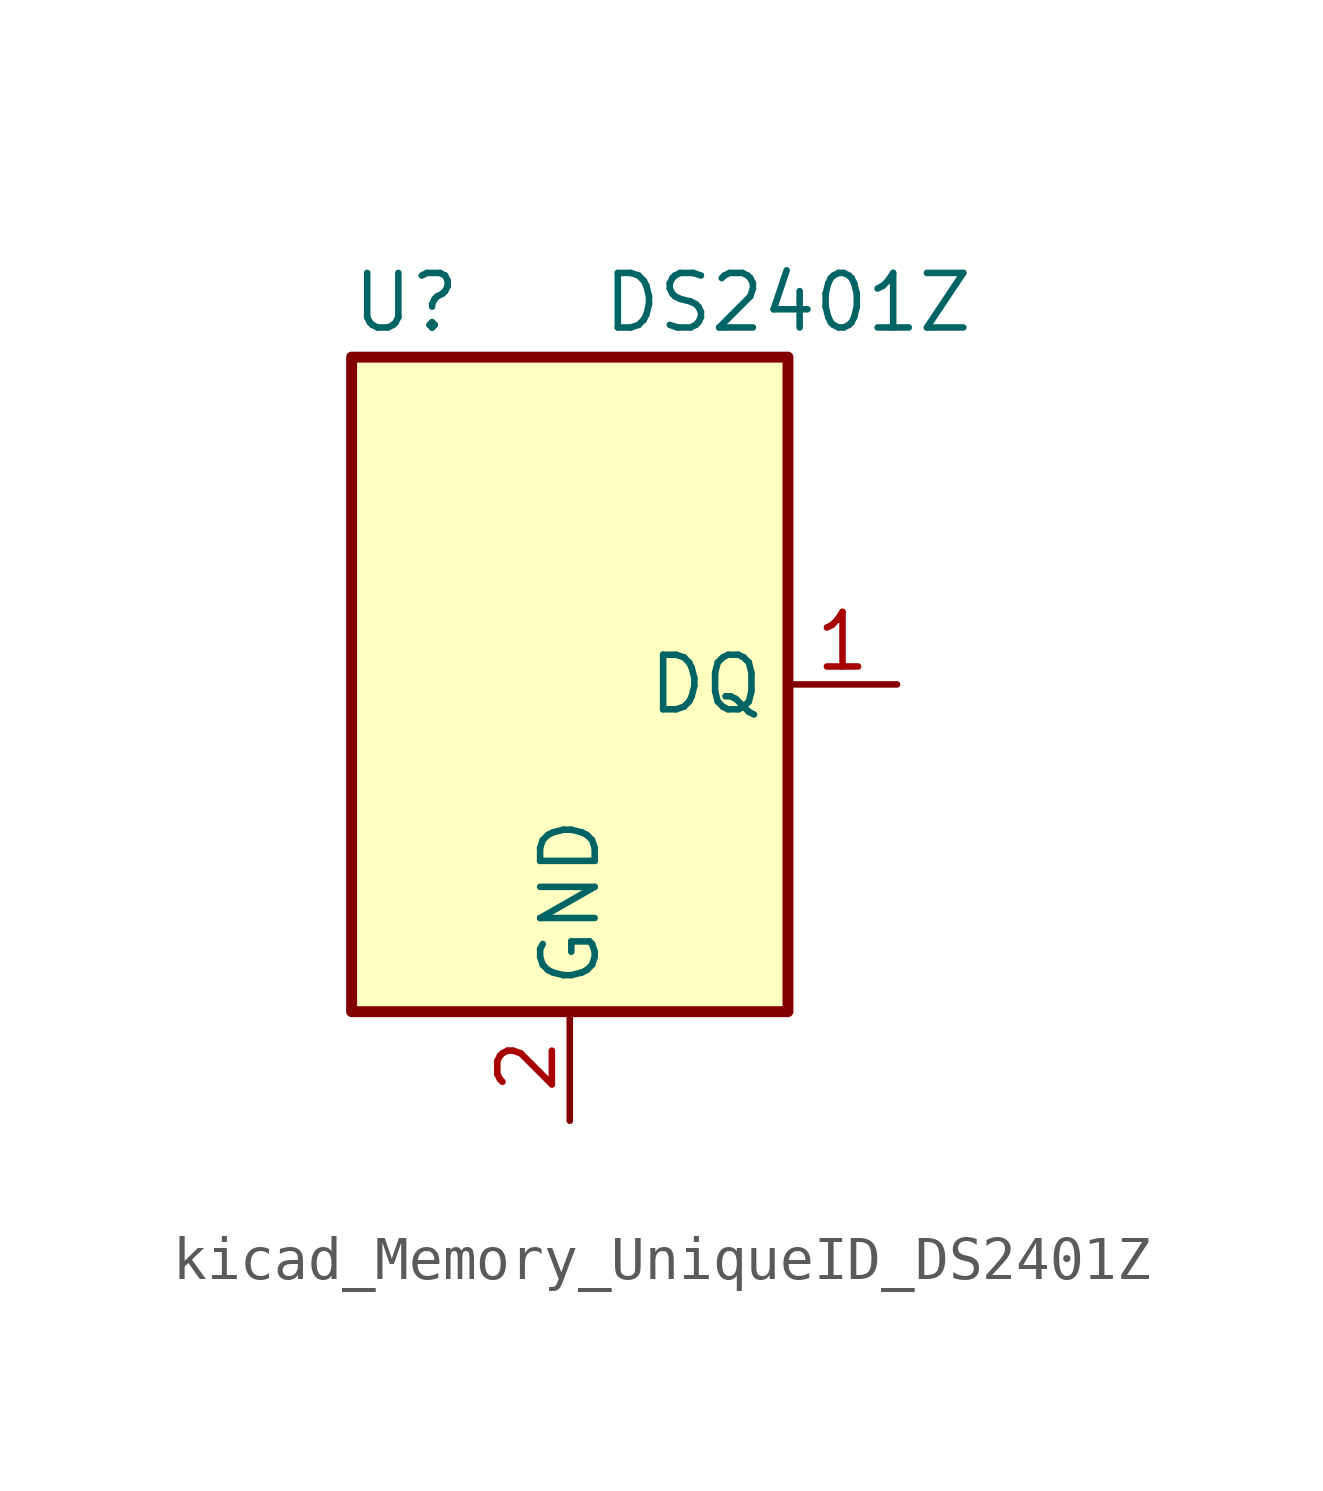
<source format=kicad_sym>
(kicad_symbol_lib
  (version 20220914)
  (generator kicad_symbol_editor)
  (symbol "kicad_Memory_UniqueID_DS2401Z"
    (property "Reference" "U"
      (at -3.81 8.89 0)
      (effects (font (size 1.27 1.27))))
    (property "Value" "DS2401Z"
      (at 5.08 8.89 0)
      (effects (font (size 1.27 1.27))))
    (symbol "kicad_Memory_UniqueID_DS2401Z_0_1"
      (rectangle (start 5.08 -7.62) (end -5.08 7.62) (stroke (width 0.254) (type default)) (fill (type background))))
    (symbol "kicad_Memory_UniqueID_DS2401Z_1_1"
      (pin bidirectional line (at 7.62 0 180) (length 2.54) (name "DQ" (effects (font (size 1.27 1.27)))) (number "1" (effects (font (size 1.27 1.27)))))
      (pin power_in line (at 0 -10.16 90) (length 2.54) (name "GND" (effects (font (size 1.27 1.27)))) (number "2" (effects (font (size 1.27 1.27)))))
      (pin no_connect line (at -5.08 0 0) (length 2.54) hide (name "NC" (effects (font (size 1.27 1.27)))) (number "3" (effects (font (size 1.27 1.27)))))
      (pin passive line (at 0 -10.16 90) (length 2.54) hide (name "GND" (effects (font (size 1.27 1.27)))) (number "4" (effects (font (size 1.27 1.27))))))))
</source>
